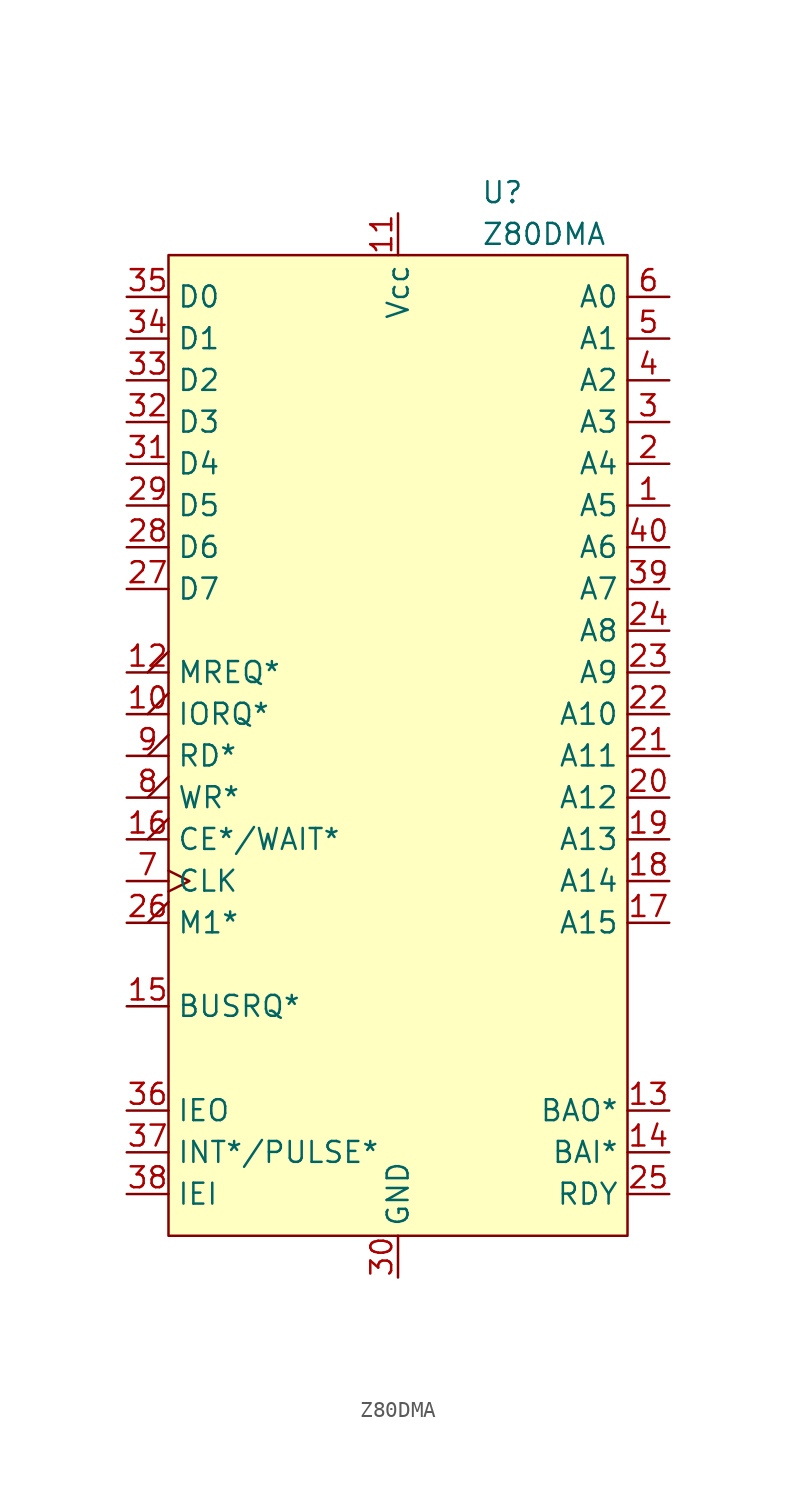
<source format=kicad_sym>
(kicad_symbol_lib
  (version 20211014)
  (generator kicad_symbol_editor)
  (symbol "Z80DMA"
    (property "Reference" "U"
      (at 6.35 33.02 0)
      (effects (font (size 1.27 1.27))))
    (property "Value" "Z80DMA"
      (at 8.89 30.48 0)
      (effects (font (size 1.27 1.27))))
    (symbol "Z80DMA_0_1"
      (rectangle (start -13.97 29.21) (end 13.97 -30.48) (stroke (width 0) (type default) (color 0 0 0 0)) (fill (type background))))
    (symbol "Z80DMA_1_1"
      (pin bidirectional line (at 16.51 13.97 180) (length 2.54) (name "A5" (effects (font (size 1.27 1.27)))) (number "1" (effects (font (size 1.27 1.27)))))
      (pin bidirectional output_low (at -16.51 1.27 0) (length 2.54) (name "IORQ*" (effects (font (size 1.27 1.27)))) (number "10" (effects (font (size 1.27 1.27)))))
      (pin power_in line (at 0 31.75 270) (length 2.54) (name "Vcc" (effects (font (size 1.27 1.27)))) (number "11" (effects (font (size 1.27 1.27)))))
      (pin bidirectional output_low (at -16.51 3.81 0) (length 2.54) (name "MREQ*" (effects (font (size 1.27 1.27)))) (number "12" (effects (font (size 1.27 1.27)))))
      (pin output line (at 16.51 -22.86 180) (length 2.54) (name "BAO*" (effects (font (size 1.27 1.27)))) (number "13" (effects (font (size 1.27 1.27)))))
      (pin input line (at 16.51 -25.4 180) (length 2.54) (name "BAI*" (effects (font (size 1.27 1.27)))) (number "14" (effects (font (size 1.27 1.27)))))
      (pin output line (at -16.51 -16.51 0) (length 2.54) (name "BUSRQ*" (effects (font (size 1.27 1.27)))) (number "15" (effects (font (size 1.27 1.27)))))
      (pin bidirectional output_low (at -16.51 -6.35 0) (length 2.54) (name "CE*/WAIT*" (effects (font (size 1.27 1.27)))) (number "16" (effects (font (size 1.27 1.27)))))
      (pin bidirectional line (at 16.51 -11.43 180) (length 2.54) (name "A15" (effects (font (size 1.27 1.27)))) (number "17" (effects (font (size 1.27 1.27)))))
      (pin bidirectional line (at 16.51 -8.89 180) (length 2.54) (name "A14" (effects (font (size 1.27 1.27)))) (number "18" (effects (font (size 1.27 1.27)))))
      (pin bidirectional line (at 16.51 -6.35 180) (length 2.54) (name "A13" (effects (font (size 1.27 1.27)))) (number "19" (effects (font (size 1.27 1.27)))))
      (pin bidirectional line (at 16.51 16.51 180) (length 2.54) (name "A4" (effects (font (size 1.27 1.27)))) (number "2" (effects (font (size 1.27 1.27)))))
      (pin bidirectional line (at 16.51 -3.81 180) (length 2.54) (name "A12" (effects (font (size 1.27 1.27)))) (number "20" (effects (font (size 1.27 1.27)))))
      (pin bidirectional line (at 16.51 -1.27 180) (length 2.54) (name "A11" (effects (font (size 1.27 1.27)))) (number "21" (effects (font (size 1.27 1.27)))))
      (pin bidirectional line (at 16.51 1.27 180) (length 2.54) (name "A10" (effects (font (size 1.27 1.27)))) (number "22" (effects (font (size 1.27 1.27)))))
      (pin bidirectional line (at 16.51 3.81 180) (length 2.54) (name "A9" (effects (font (size 1.27 1.27)))) (number "23" (effects (font (size 1.27 1.27)))))
      (pin bidirectional line (at 16.51 6.35 180) (length 2.54) (name "A8" (effects (font (size 1.27 1.27)))) (number "24" (effects (font (size 1.27 1.27)))))
      (pin output line (at 16.51 -27.94 180) (length 2.54) (name "RDY" (effects (font (size 1.27 1.27)))) (number "25" (effects (font (size 1.27 1.27)))))
      (pin bidirectional output_low (at -16.51 -11.43 0) (length 2.54) (name "M1*" (effects (font (size 1.27 1.27)))) (number "26" (effects (font (size 1.27 1.27)))))
      (pin tri_state line (at -16.51 8.89 0) (length 2.54) (name "D7" (effects (font (size 1.27 1.27)))) (number "27" (effects (font (size 1.27 1.27)))))
      (pin tri_state line (at -16.51 11.43 0) (length 2.54) (name "D6" (effects (font (size 1.27 1.27)))) (number "28" (effects (font (size 1.27 1.27)))))
      (pin tri_state line (at -16.51 13.97 0) (length 2.54) (name "D5" (effects (font (size 1.27 1.27)))) (number "29" (effects (font (size 1.27 1.27)))))
      (pin bidirectional line (at 16.51 19.05 180) (length 2.54) (name "A3" (effects (font (size 1.27 1.27)))) (number "3" (effects (font (size 1.27 1.27)))))
      (pin power_in line (at 0 -33.02 90) (length 2.54) (name "GND" (effects (font (size 1.27 1.27)))) (number "30" (effects (font (size 1.27 1.27)))))
      (pin tri_state line (at -16.51 16.51 0) (length 2.54) (name "D4" (effects (font (size 1.27 1.27)))) (number "31" (effects (font (size 1.27 1.27)))))
      (pin tri_state line (at -16.51 19.05 0) (length 2.54) (name "D3" (effects (font (size 1.27 1.27)))) (number "32" (effects (font (size 1.27 1.27)))))
      (pin tri_state line (at -16.51 21.59 0) (length 2.54) (name "D2" (effects (font (size 1.27 1.27)))) (number "33" (effects (font (size 1.27 1.27)))))
      (pin tri_state line (at -16.51 24.13 0) (length 2.54) (name "D1" (effects (font (size 1.27 1.27)))) (number "34" (effects (font (size 1.27 1.27)))))
      (pin tri_state line (at -16.51 26.67 0) (length 2.54) (name "D0" (effects (font (size 1.27 1.27)))) (number "35" (effects (font (size 1.27 1.27)))))
      (pin output line (at -16.51 -22.86 0) (length 2.54) (name "IEO" (effects (font (size 1.27 1.27)))) (number "36" (effects (font (size 1.27 1.27)))))
      (pin output line (at -16.51 -25.4 0) (length 2.54) (name "INT*/PULSE*" (effects (font (size 1.27 1.27)))) (number "37" (effects (font (size 1.27 1.27)))))
      (pin input line (at -16.51 -27.94 0) (length 2.54) (name "IEI" (effects (font (size 1.27 1.27)))) (number "38" (effects (font (size 1.27 1.27)))))
      (pin bidirectional line (at 16.51 8.89 180) (length 2.54) (name "A7" (effects (font (size 1.27 1.27)))) (number "39" (effects (font (size 1.27 1.27)))))
      (pin bidirectional line (at 16.51 21.59 180) (length 2.54) (name "A2" (effects (font (size 1.27 1.27)))) (number "4" (effects (font (size 1.27 1.27)))))
      (pin bidirectional line (at 16.51 11.43 180) (length 2.54) (name "A6" (effects (font (size 1.27 1.27)))) (number "40" (effects (font (size 1.27 1.27)))))
      (pin bidirectional line (at 16.51 24.13 180) (length 2.54) (name "A1" (effects (font (size 1.27 1.27)))) (number "5" (effects (font (size 1.27 1.27)))))
      (pin bidirectional line (at 16.51 26.67 180) (length 2.54) (name "A0" (effects (font (size 1.27 1.27)))) (number "6" (effects (font (size 1.27 1.27)))))
      (pin input clock (at -16.51 -8.89 0) (length 2.54) (name "CLK" (effects (font (size 1.27 1.27)))) (number "7" (effects (font (size 1.27 1.27)))))
      (pin bidirectional output_low (at -16.51 -3.81 0) (length 2.54) (name "WR*" (effects (font (size 1.27 1.27)))) (number "8" (effects (font (size 1.27 1.27)))))
      (pin bidirectional output_low (at -16.51 -1.27 0) (length 2.54) (name "RD*" (effects (font (size 1.27 1.27)))) (number "9" (effects (font (size 1.27 1.27))))))))
</source>
